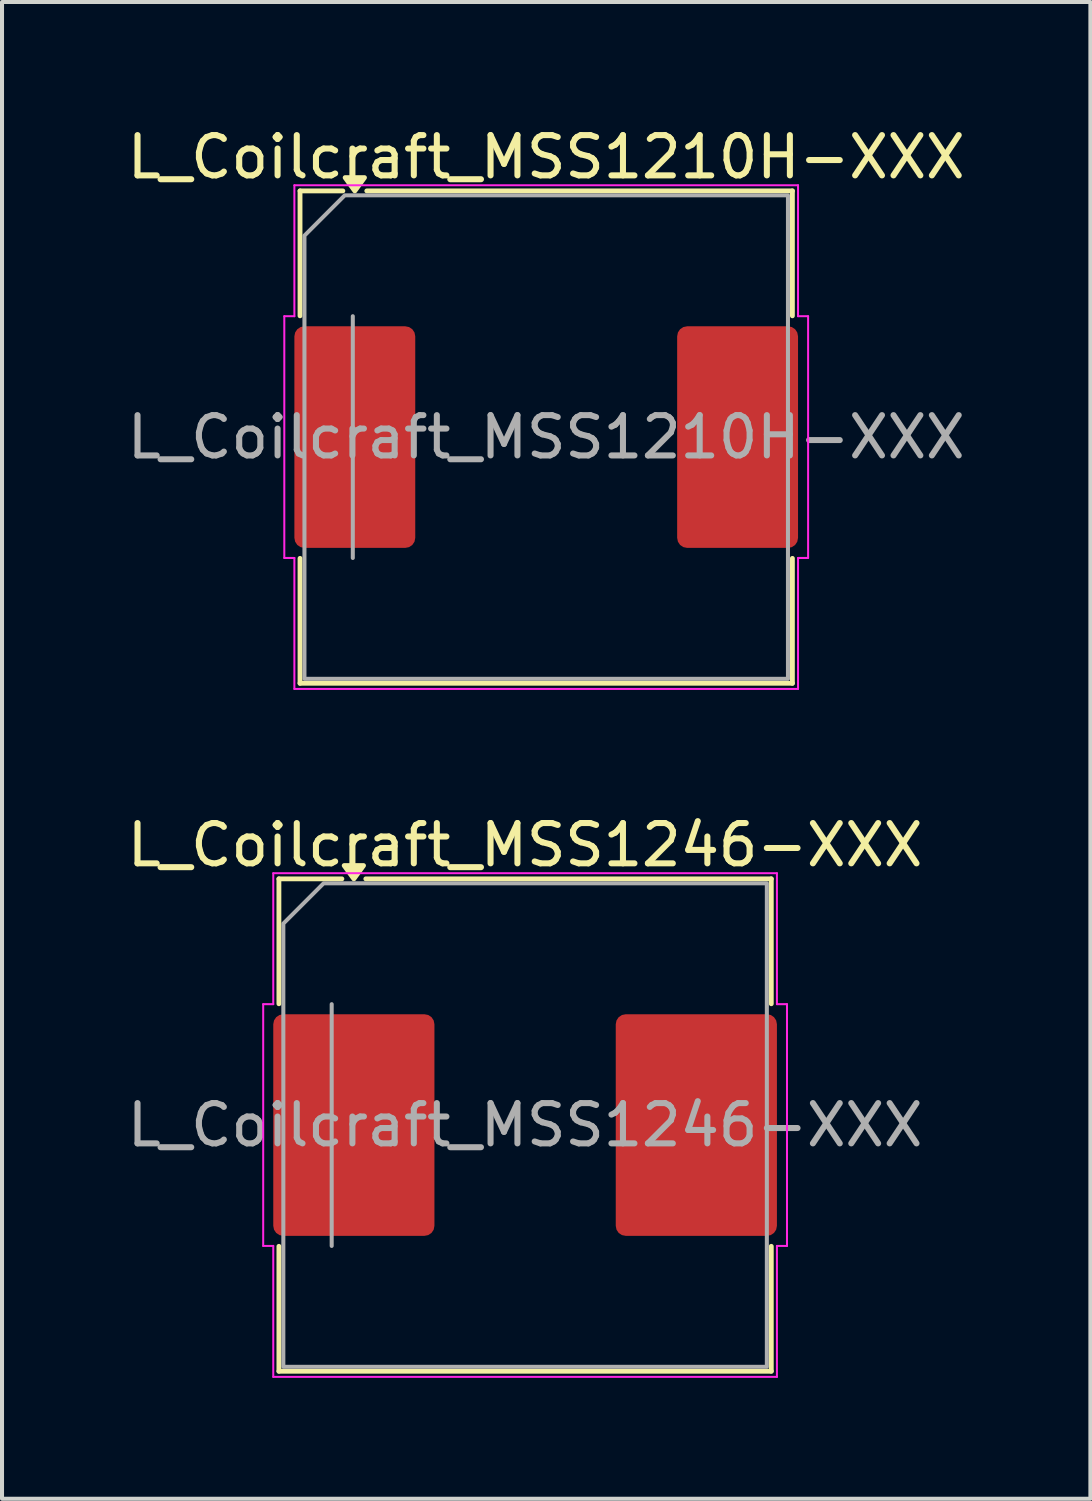
<source format=kicad_pcb>
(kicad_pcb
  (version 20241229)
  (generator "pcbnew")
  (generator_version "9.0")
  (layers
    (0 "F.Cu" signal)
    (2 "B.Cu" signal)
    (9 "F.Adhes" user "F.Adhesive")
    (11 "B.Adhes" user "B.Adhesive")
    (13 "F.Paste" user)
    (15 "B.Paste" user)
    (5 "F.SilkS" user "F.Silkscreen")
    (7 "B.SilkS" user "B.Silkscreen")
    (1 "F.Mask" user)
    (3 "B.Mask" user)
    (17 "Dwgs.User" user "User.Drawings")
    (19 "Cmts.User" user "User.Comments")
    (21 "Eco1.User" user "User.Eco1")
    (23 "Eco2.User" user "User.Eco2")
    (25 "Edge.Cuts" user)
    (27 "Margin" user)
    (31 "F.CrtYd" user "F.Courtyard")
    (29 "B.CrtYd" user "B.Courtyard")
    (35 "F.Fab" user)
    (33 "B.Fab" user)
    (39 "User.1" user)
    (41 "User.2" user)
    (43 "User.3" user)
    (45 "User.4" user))
  (footprint "L_Coilcraft_MSS1210H-XXX"
    (layer "F.Cu")
    (at 10.506 7.798)
    (property "Reference" "L_Coilcraft_MSS1210H-XXX" (at 0 -6.95 0) (layer "F.SilkS") (effects (font (size 1 1) (thickness 0.15))))
    (attr smd)
    (fp_line (start -6.11 -6.11) (end -5.047 -6.11) (stroke (width 0.12) (type solid)) (layer "F.SilkS"))
    (fp_line (start -6.11 -3.01) (end -6.11 -6.11) (stroke (width 0.12) (type solid)) (layer "F.SilkS"))
    (fp_line (start -6.11 6.11) (end -6.11 3.01) (stroke (width 0.12) (type solid)) (layer "F.SilkS"))
    (fp_line (start -4.453 -6.11) (end 6.11 -6.11) (stroke (width 0.12) (type solid)) (layer "F.SilkS"))
    (fp_line (start 6.11 -6.11) (end 6.11 -3.01) (stroke (width 0.12) (type solid)) (layer "F.SilkS"))
    (fp_line (start 6.11 3.01) (end 6.11 6.11) (stroke (width 0.12) (type solid)) (layer "F.SilkS"))
    (fp_line (start 6.11 6.11) (end -6.11 6.11) (stroke (width 0.12) (type solid)) (layer "F.SilkS"))
    (fp_poly (pts (xy -4.75 -6.11) (xy -4.99 -6.44) (xy -4.51 -6.44)) (stroke (width 0.12) (type solid)) (fill yes) (layer "F.SilkS"))
    (fp_line (start -6.5 -3) (end -6.25 -3) (stroke (width 0.05) (type solid)) (layer "F.CrtYd"))
    (fp_line (start -6.5 3) (end -6.5 -3) (stroke (width 0.05) (type solid)) (layer "F.CrtYd"))
    (fp_line (start -6.25 -6.25) (end 6.25 -6.25) (stroke (width 0.05) (type solid)) (layer "F.CrtYd"))
    (fp_line (start -6.25 -3) (end -6.25 -6.25) (stroke (width 0.05) (type solid)) (layer "F.CrtYd"))
    (fp_line (start -6.25 3) (end -6.5 3) (stroke (width 0.05) (type solid)) (layer "F.CrtYd"))
    (fp_line (start -6.25 6.25) (end -6.25 3) (stroke (width 0.05) (type solid)) (layer "F.CrtYd"))
    (fp_line (start 6.25 -6.25) (end 6.25 -3) (stroke (width 0.05) (type solid)) (layer "F.CrtYd"))
    (fp_line (start 6.25 -3) (end 6.5 -3) (stroke (width 0.05) (type solid)) (layer "F.CrtYd"))
    (fp_line (start 6.25 3) (end 6.25 6.25) (stroke (width 0.05) (type solid)) (layer "F.CrtYd"))
    (fp_line (start 6.25 6.25) (end -6.25 6.25) (stroke (width 0.05) (type solid)) (layer "F.CrtYd"))
    (fp_line (start 6.5 -3) (end 6.5 3) (stroke (width 0.05) (type solid)) (layer "F.CrtYd"))
    (fp_line (start 6.5 3) (end 6.25 3) (stroke (width 0.05) (type solid)) (layer "F.CrtYd"))
    (fp_line (start -4.8 3) (end -4.8 -3) (stroke (width 0.1) (type solid)) (layer "F.Fab"))
    (fp_poly (pts (xy -6 -5) (xy -6 6) (xy 6 6) (xy 6 -6) (xy -5 -6)) (stroke (width 0.1) (type solid)) (fill no) (layer "F.Fab"))
    (fp_text user "${REFERENCE}" (at 0 0 0) (layer "F.Fab") (effects (font (size 1 1) (thickness 0.15))))
    (pad "1" smd roundrect (at -4.75 0) (size 3 5.5) (layers "F.Cu" "F.Mask" "F.Paste") (roundrect_rratio 0.083))
    (pad "2" smd roundrect (at 4.75 0) (size 3 5.5) (layers "F.Cu" "F.Mask" "F.Paste") (roundrect_rratio 0.083)))
  (footprint "L_Coilcraft_MSS1246-XXX"
    (layer "F.Cu")
    (at 9.982 24.872)
    (property "Reference" "L_Coilcraft_MSS1246-XXX" (at 0 -6.95 0) (layer "F.SilkS") (effects (font (size 1 1) (thickness 0.15))))
    (attr smd)
    (fp_line (start -6.11 -6.11) (end -4.547 -6.11) (stroke (width 0.12) (type solid)) (layer "F.SilkS"))
    (fp_line (start -6.11 -3.01) (end -6.11 -6.11) (stroke (width 0.12) (type solid)) (layer "F.SilkS"))
    (fp_line (start -6.11 6.11) (end -6.11 3.01) (stroke (width 0.12) (type solid)) (layer "F.SilkS"))
    (fp_line (start -3.953 -6.11) (end 6.11 -6.11) (stroke (width 0.12) (type solid)) (layer "F.SilkS"))
    (fp_line (start 6.11 -6.11) (end 6.11 -3.01) (stroke (width 0.12) (type solid)) (layer "F.SilkS"))
    (fp_line (start 6.11 3.01) (end 6.11 6.11) (stroke (width 0.12) (type solid)) (layer "F.SilkS"))
    (fp_line (start 6.11 6.11) (end -6.11 6.11) (stroke (width 0.12) (type solid)) (layer "F.SilkS"))
    (fp_poly (pts (xy -4.25 -6.11) (xy -4.49 -6.44) (xy -4.01 -6.44)) (stroke (width 0.12) (type solid)) (fill yes) (layer "F.SilkS"))
    (fp_line (start -6.5 -3) (end -6.25 -3) (stroke (width 0.05) (type solid)) (layer "F.CrtYd"))
    (fp_line (start -6.5 3) (end -6.5 -3) (stroke (width 0.05) (type solid)) (layer "F.CrtYd"))
    (fp_line (start -6.25 -6.25) (end 6.25 -6.25) (stroke (width 0.05) (type solid)) (layer "F.CrtYd"))
    (fp_line (start -6.25 -3) (end -6.25 -6.25) (stroke (width 0.05) (type solid)) (layer "F.CrtYd"))
    (fp_line (start -6.25 3) (end -6.5 3) (stroke (width 0.05) (type solid)) (layer "F.CrtYd"))
    (fp_line (start -6.25 6.25) (end -6.25 3) (stroke (width 0.05) (type solid)) (layer "F.CrtYd"))
    (fp_line (start 6.25 -6.25) (end 6.25 -3) (stroke (width 0.05) (type solid)) (layer "F.CrtYd"))
    (fp_line (start 6.25 -3) (end 6.5 -3) (stroke (width 0.05) (type solid)) (layer "F.CrtYd"))
    (fp_line (start 6.25 3) (end 6.25 6.25) (stroke (width 0.05) (type solid)) (layer "F.CrtYd"))
    (fp_line (start 6.25 6.25) (end -6.25 6.25) (stroke (width 0.05) (type solid)) (layer "F.CrtYd"))
    (fp_line (start 6.5 -3) (end 6.5 3) (stroke (width 0.05) (type solid)) (layer "F.CrtYd"))
    (fp_line (start 6.5 3) (end 6.25 3) (stroke (width 0.05) (type solid)) (layer "F.CrtYd"))
    (fp_line (start -4.8 3) (end -4.8 -3) (stroke (width 0.1) (type solid)) (layer "F.Fab"))
    (fp_poly (pts (xy -6 -5) (xy -6 6) (xy 6 6) (xy 6 -6) (xy -5 -6)) (stroke (width 0.1) (type solid)) (fill no) (layer "F.Fab"))
    (fp_text user "${REFERENCE}" (at 0 0 0) (layer "F.Fab") (effects (font (size 1 1) (thickness 0.15))))
    (pad "1" smd roundrect (at -4.25 0) (size 4 5.5) (layers "F.Cu" "F.Mask" "F.Paste") (roundrect_rratio 0.062))
    (pad "2" smd roundrect (at 4.25 0) (size 4 5.5) (layers "F.Cu" "F.Mask" "F.Paste") (roundrect_rratio 0.062)))
  (gr_rect
    (start -3 -3)
    (end 24.012 34.147)
    (stroke (width 0.1) (type default))
    (fill no)
    (layer "Edge.Cuts")))
</source>
